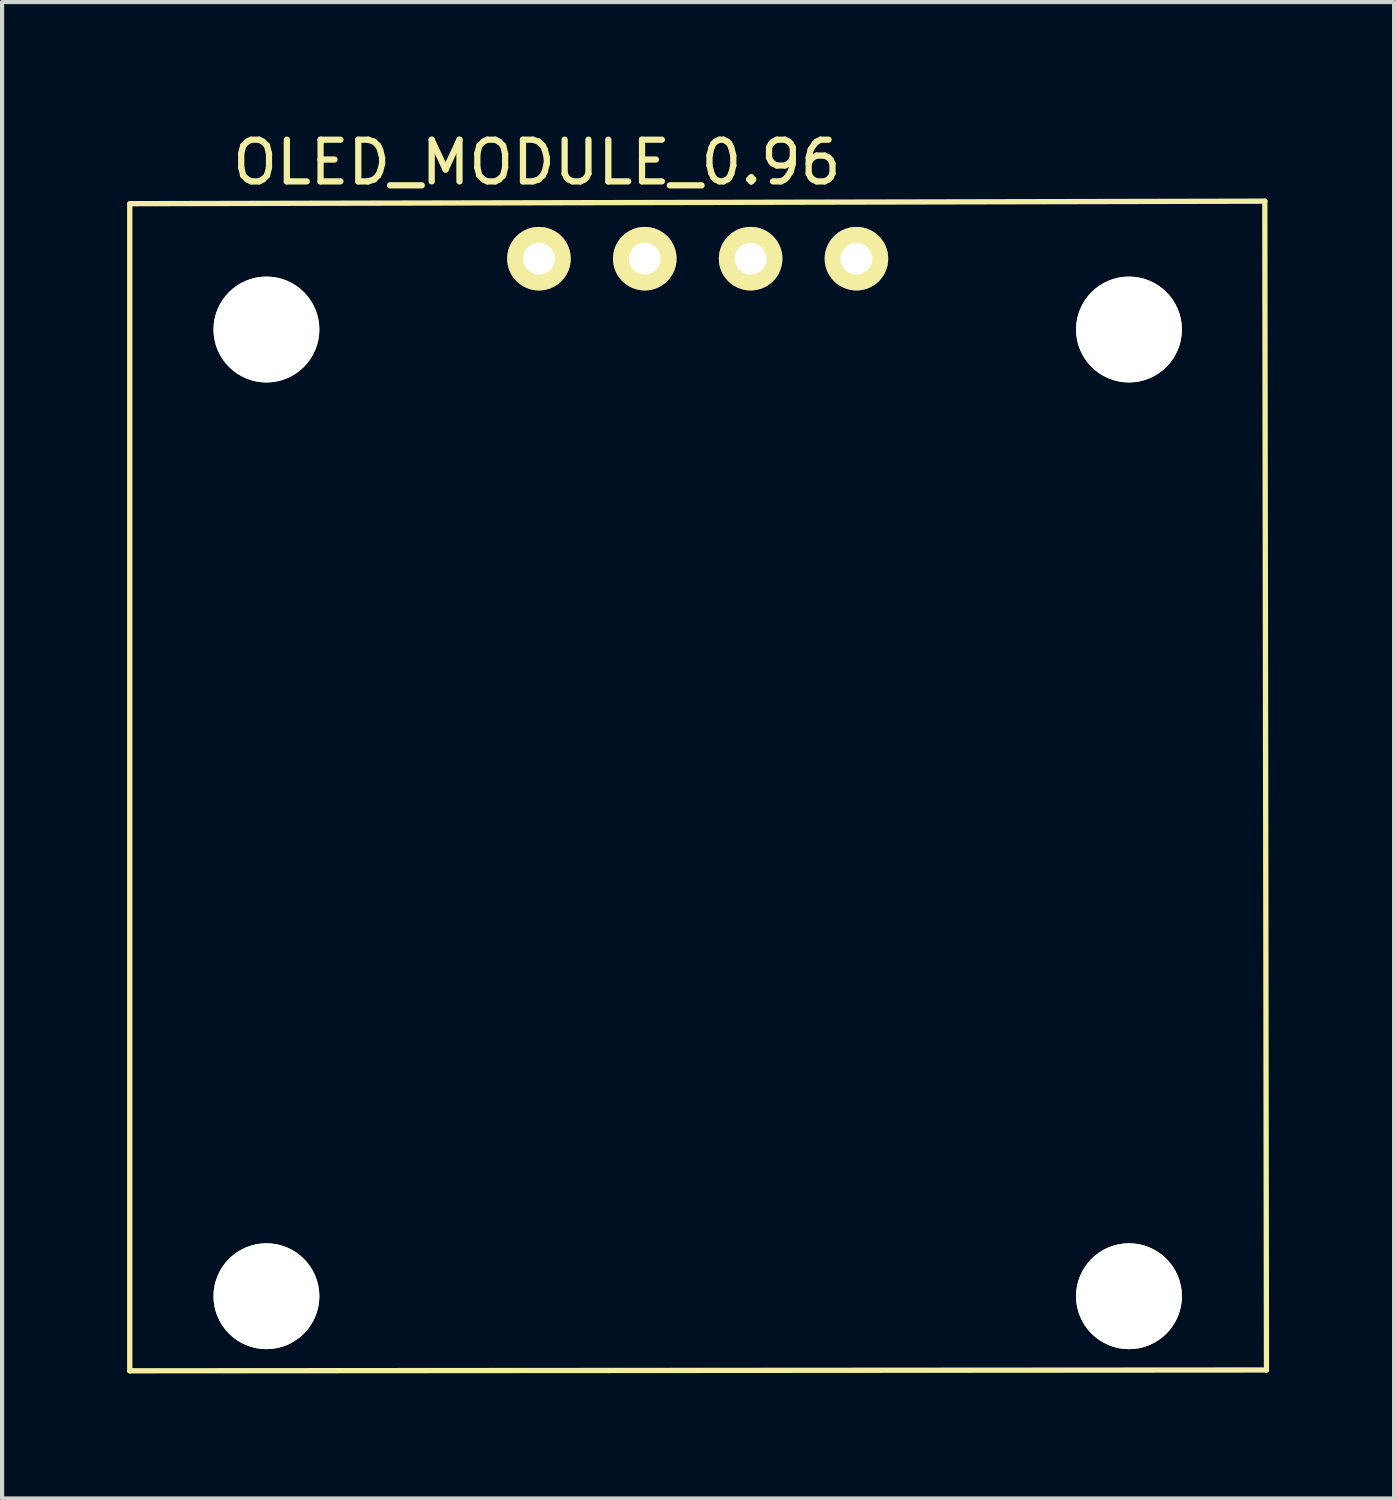
<source format=kicad_pcb>
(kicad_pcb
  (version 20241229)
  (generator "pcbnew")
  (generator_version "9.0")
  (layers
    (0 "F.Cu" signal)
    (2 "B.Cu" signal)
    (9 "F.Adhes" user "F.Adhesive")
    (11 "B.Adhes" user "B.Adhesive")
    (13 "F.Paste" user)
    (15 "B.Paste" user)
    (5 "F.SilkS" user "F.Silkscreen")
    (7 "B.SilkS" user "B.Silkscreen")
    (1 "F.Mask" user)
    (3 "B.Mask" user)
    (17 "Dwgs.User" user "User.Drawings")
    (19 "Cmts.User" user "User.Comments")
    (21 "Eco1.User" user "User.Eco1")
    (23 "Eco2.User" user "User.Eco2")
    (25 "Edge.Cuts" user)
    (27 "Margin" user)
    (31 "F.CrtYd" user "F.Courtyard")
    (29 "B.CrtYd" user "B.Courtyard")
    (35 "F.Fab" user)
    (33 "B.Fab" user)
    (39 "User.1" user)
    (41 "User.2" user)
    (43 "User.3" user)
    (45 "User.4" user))
  (footprint "OLED_MODULE_0.96"
    (layer "F.Cu")
    (at 13.694 4.858)
    (property "Reference" "OLED_MODULE_0.96" (at -3.86 -4.01 0) (layer "F.SilkS") (effects (font (size 1 1) (thickness 0.15))))
    (attr through_hole)
    (fp_line (start -13.63 -3.01) (end -13.63 24.99) (stroke (width 0.127) (type solid)) (layer "F.SilkS"))
    (fp_line (start -13.63 24.99) (end 13.65 24.97) (stroke (width 0.127) (type solid)) (layer "F.SilkS"))
    (fp_line (start 13.61 -3.08) (end -13.63 -3.02) (stroke (width 0.127) (type solid)) (layer "F.SilkS"))
    (fp_line (start 13.65 24.97) (end 13.61 -3.08) (stroke (width 0.127) (type solid)) (layer "F.SilkS"))
    (pad "" np_thru_hole circle (at -10.35 0) (size 2.54 2.54) (drill 2.54) (layers "*.Cu" "*.Mask" "F.SilkS"))
    (pad "" np_thru_hole circle (at -10.35 23.2) (size 2.54 2.54) (drill 2.54) (layers "*.Cu" "*.Mask" "F.SilkS"))
    (pad "" np_thru_hole circle (at 10.35 0) (size 2.54 2.54) (drill 2.54) (layers "*.Cu" "*.Mask" "F.SilkS"))
    (pad "" np_thru_hole circle (at 10.35 23.2) (size 2.54 2.54) (drill 2.54) (layers "*.Cu" "*.Mask" "F.SilkS"))
    (pad "1" thru_hole circle (at -3.81 -1.7) (size 1.524 1.524) (drill 0.762) (layers "*.Cu" "*.Mask" "F.SilkS"))
    (pad "2" thru_hole circle (at -1.27 -1.7) (size 1.524 1.524) (drill 0.762) (layers "*.Cu" "*.Mask" "F.SilkS"))
    (pad "3" thru_hole circle (at 1.27 -1.7) (size 1.524 1.524) (drill 0.762) (layers "*.Cu" "*.Mask" "F.SilkS"))
    (pad "4" thru_hole circle (at 3.81 -1.7) (size 1.524 1.524) (drill 0.762) (layers "*.Cu" "*.Mask" "F.SilkS")))
  (gr_rect
    (start -3 -3)
    (end 30.407 32.912)
    (stroke (width 0.1) (type default))
    (fill no)
    (layer "Edge.Cuts")))
</source>
